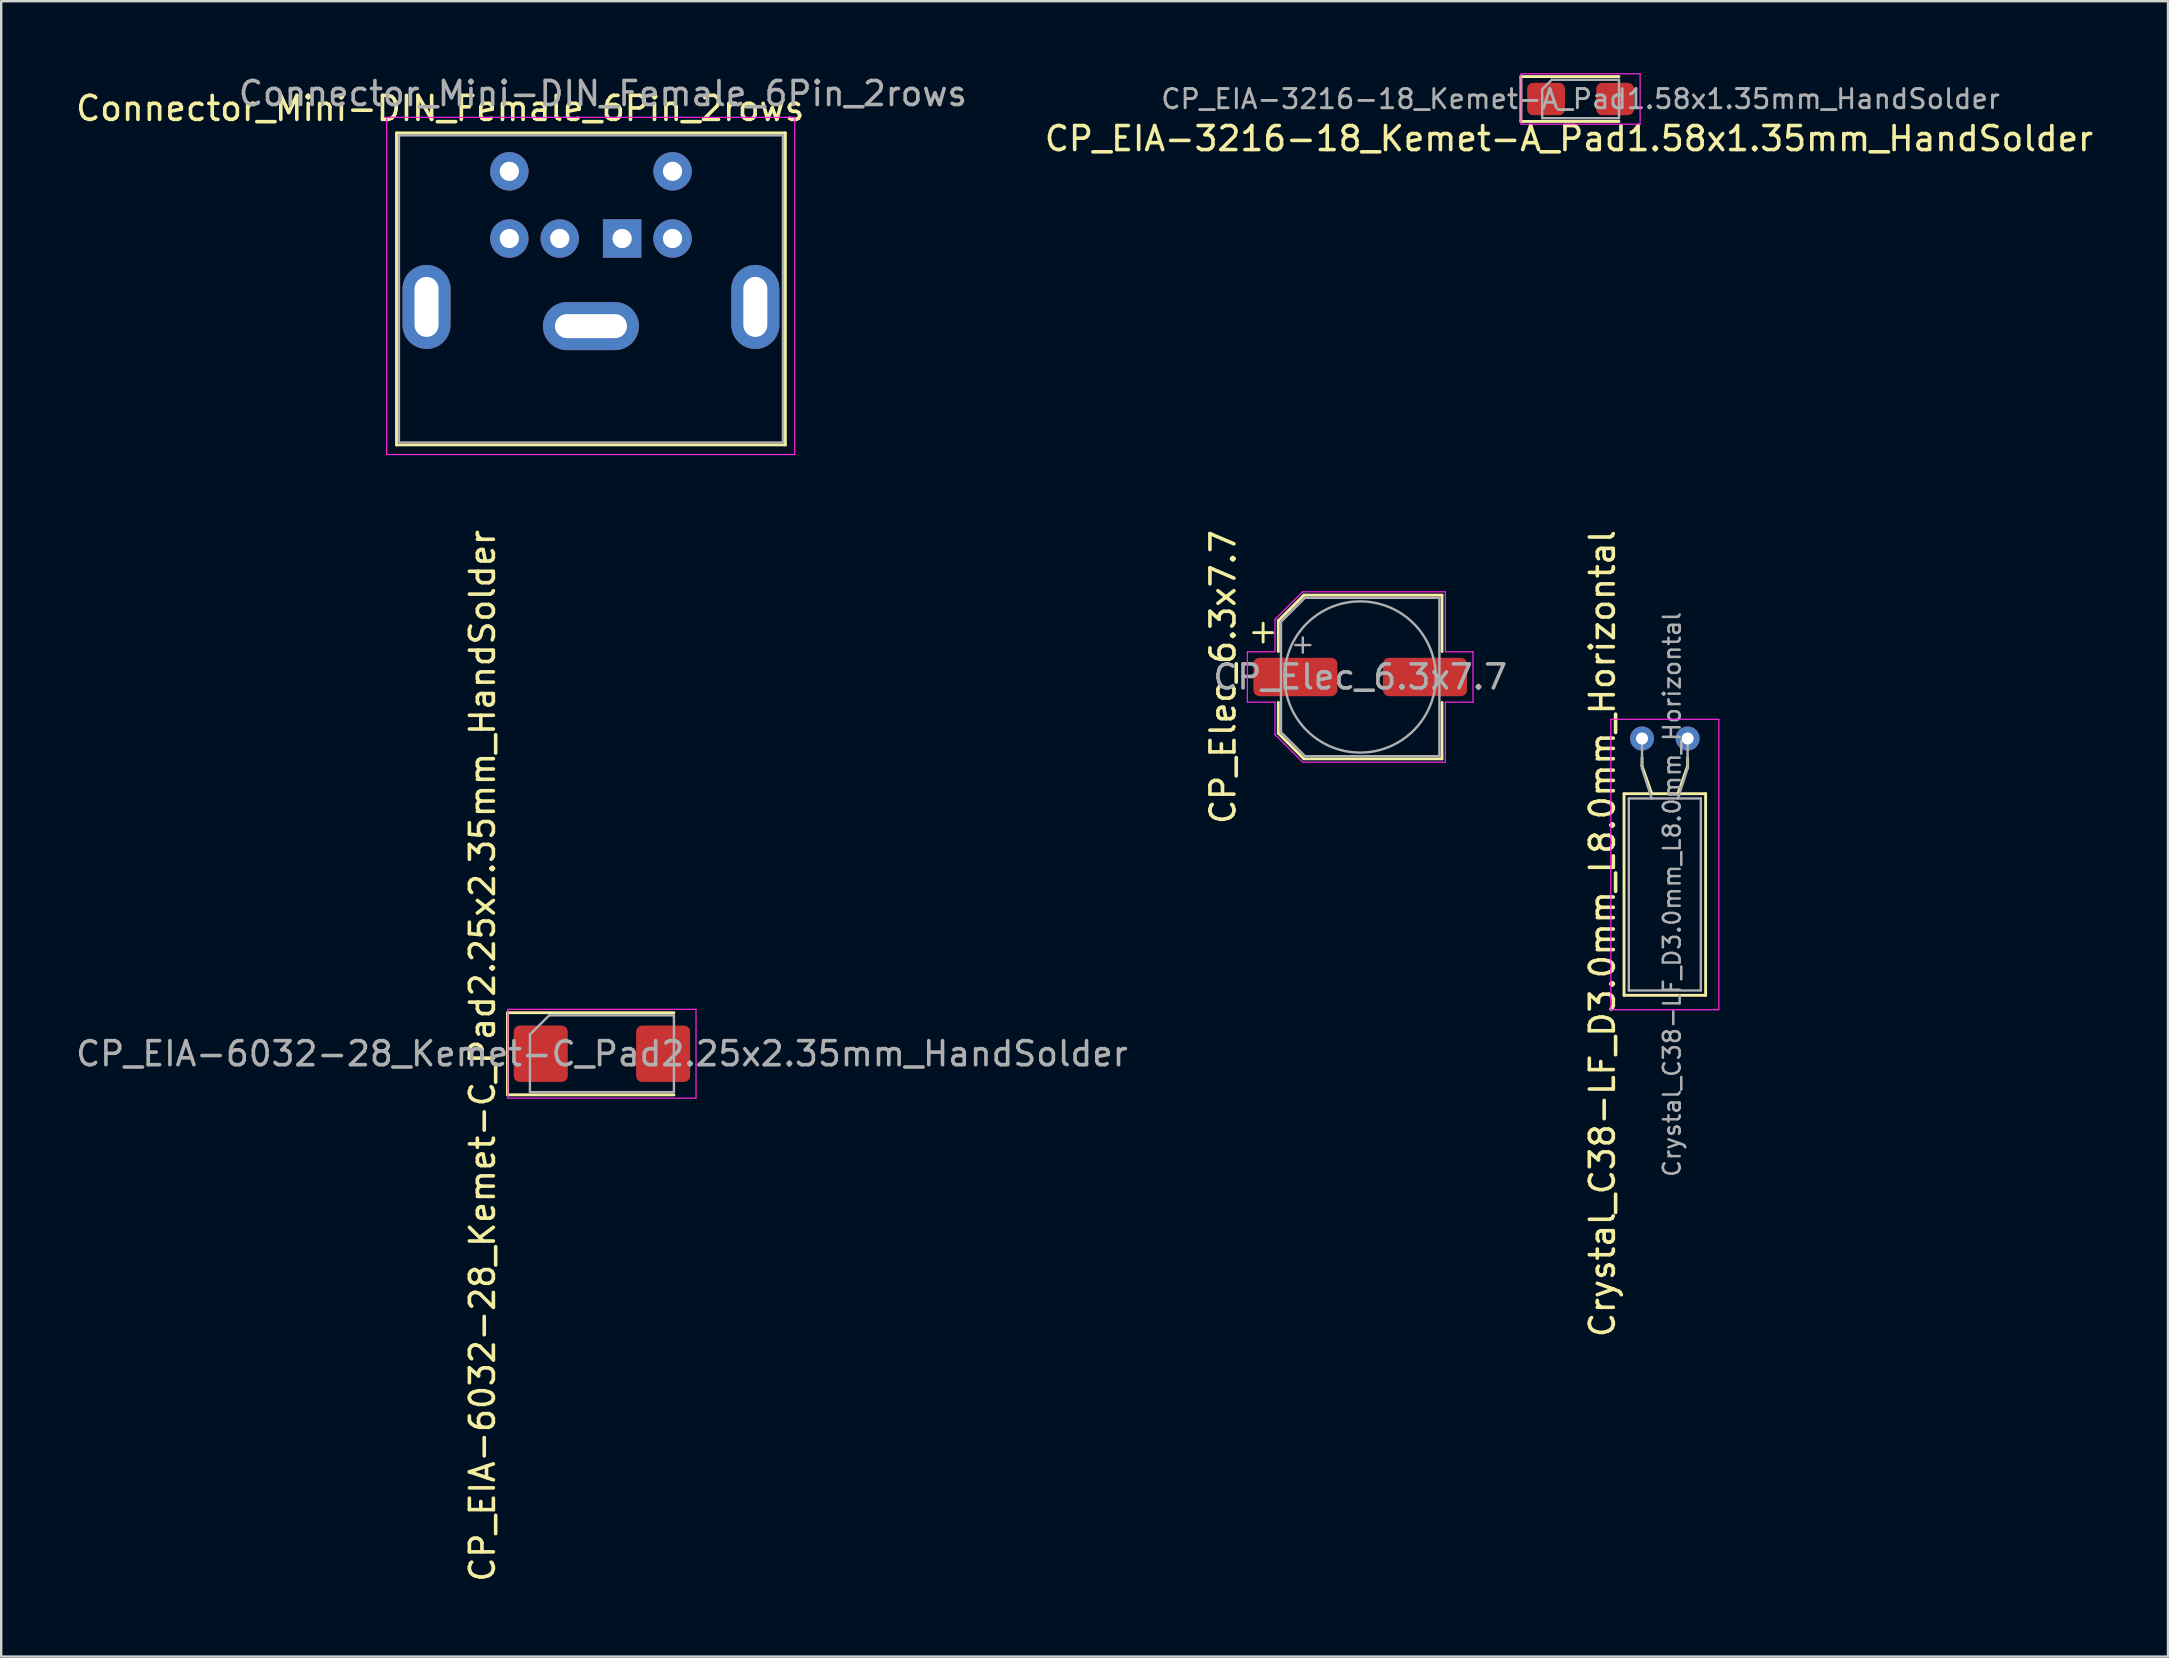
<source format=kicad_pcb>
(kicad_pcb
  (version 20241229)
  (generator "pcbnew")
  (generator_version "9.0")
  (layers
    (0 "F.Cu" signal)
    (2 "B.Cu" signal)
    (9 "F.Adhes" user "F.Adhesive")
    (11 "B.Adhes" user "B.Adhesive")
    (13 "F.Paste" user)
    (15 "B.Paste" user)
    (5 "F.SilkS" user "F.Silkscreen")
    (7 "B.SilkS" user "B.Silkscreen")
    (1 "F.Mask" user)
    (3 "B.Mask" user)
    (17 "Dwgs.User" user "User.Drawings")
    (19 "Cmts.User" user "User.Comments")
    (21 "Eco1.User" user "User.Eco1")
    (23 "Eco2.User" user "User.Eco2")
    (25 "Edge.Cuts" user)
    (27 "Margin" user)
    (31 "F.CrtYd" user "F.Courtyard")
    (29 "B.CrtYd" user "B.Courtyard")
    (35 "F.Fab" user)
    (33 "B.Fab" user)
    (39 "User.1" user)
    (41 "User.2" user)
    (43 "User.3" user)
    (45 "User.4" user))
  (footprint "Connector_Mini-DIN_Female_6Pin_2rows"
    (layer "F.Cu")
    (at 22.872 6.888)
    (property "Reference" "Connector_Mini-DIN_Female_6Pin_2rows" (at -7.58 -5.42 0) (layer "F.SilkS") (effects (font (size 1 1) (thickness 0.15))))
    (attr through_hole)
    (fp_line (start -9.4 -4.4) (end -9.4 8.6) (stroke (width 0.12) (type solid)) (layer "F.SilkS"))
    (fp_line (start -9.4 -4.4) (end 6.8 -4.4) (stroke (width 0.12) (type solid)) (layer "F.SilkS"))
    (fp_line (start -9.4 8.6) (end 6.8 8.6) (stroke (width 0.12) (type solid)) (layer "F.SilkS"))
    (fp_line (start 6.8 -4.4) (end 6.8 8.6) (stroke (width 0.12) (type solid)) (layer "F.SilkS"))
    (fp_line (start -9.81 -5.05) (end -9.81 9) (stroke (width 0.05) (type solid)) (layer "F.CrtYd"))
    (fp_line (start -9.81 -5.05) (end 7.19 -5.05) (stroke (width 0.05) (type solid)) (layer "F.CrtYd"))
    (fp_line (start 7.19 9) (end -9.81 9) (stroke (width 0.05) (type solid)) (layer "F.CrtYd"))
    (fp_line (start 7.19 9) (end 7.19 -5.05) (stroke (width 0.05) (type solid)) (layer "F.CrtYd"))
    (fp_line (start -9.3 -4.3) (end 6.7 -4.3) (stroke (width 0.1) (type solid)) (layer "F.Fab"))
    (fp_line (start -9.3 8.5) (end -9.3 -4.3) (stroke (width 0.1) (type solid)) (layer "F.Fab"))
    (fp_line (start 6.7 -4.3) (end 6.7 8.5) (stroke (width 0.1) (type solid)) (layer "F.Fab"))
    (fp_line (start 6.7 8.5) (end -9.3 8.5) (stroke (width 0.1) (type solid)) (layer "F.Fab"))
    (fp_text user "${REFERENCE}" (at -0.8 -6.04 0) (layer "F.Fab") (effects (font (size 1 1) (thickness 0.15))))
    (pad "1" thru_hole rect (at 0 0) (size 1.6 1.6) (drill 0.8) (layers "*.Cu" "*.Mask"))
    (pad "2" thru_hole circle (at -2.6 0) (size 1.6 1.6) (drill 0.8) (layers "*.Cu" "*.Mask"))
    (pad "3" thru_hole circle (at 2.1 0) (size 1.6 1.6) (drill 0.8) (layers "*.Cu" "*.Mask"))
    (pad "4" thru_hole circle (at -4.7 0) (size 1.6 1.6) (drill 0.8) (layers "*.Cu" "*.Mask"))
    (pad "5" thru_hole circle (at 2.1 -2.8) (size 1.6 1.6) (drill 0.8) (layers "*.Cu" "*.Mask"))
    (pad "6" thru_hole circle (at -4.7 -2.8) (size 1.6 1.6) (drill 0.8) (layers "*.Cu" "*.Mask"))
    (pad "7" thru_hole oval (at -8.15 2.85) (size 2 3.5) (drill oval 1 2.5) (layers "*.Cu" "*.Mask"))
    (pad "7" thru_hole oval (at -1.3 3.65) (size 4 2) (drill oval 3 1) (layers "*.Cu" "*.Mask"))
    (pad "7" thru_hole oval (at 5.55 2.85) (size 2 3.5) (drill oval 1 2.5) (layers "*.Cu" "*.Mask")))
  (footprint "CP_Elec_6.3x7.7"
    (layer "F.Cu")
    (at 53.623 25.157)
    (property "Reference" "CP_Elec_6.3x7.7" (at -5.715 0 90) (layer "F.SilkS") (effects (font (size 1 1) (thickness 0.15))))
    (attr smd)
    (fp_line (start -4.438 -1.847) (end -3.65 -1.847) (stroke (width 0.12) (type solid)) (layer "F.SilkS"))
    (fp_line (start -4.044 -2.241) (end -4.044 -1.454) (stroke (width 0.12) (type solid)) (layer "F.SilkS"))
    (fp_line (start -3.41 -2.346) (end -3.41 -1.06) (stroke (width 0.12) (type solid)) (layer "F.SilkS"))
    (fp_line (start -3.41 -2.346) (end -2.346 -3.41) (stroke (width 0.12) (type solid)) (layer "F.SilkS"))
    (fp_line (start -3.41 2.346) (end -3.41 1.06) (stroke (width 0.12) (type solid)) (layer "F.SilkS"))
    (fp_line (start -3.41 2.346) (end -2.346 3.41) (stroke (width 0.12) (type solid)) (layer "F.SilkS"))
    (fp_line (start -2.346 -3.41) (end 3.41 -3.41) (stroke (width 0.12) (type solid)) (layer "F.SilkS"))
    (fp_line (start -2.346 3.41) (end 3.41 3.41) (stroke (width 0.12) (type solid)) (layer "F.SilkS"))
    (fp_line (start 3.41 -3.41) (end 3.41 -1.06) (stroke (width 0.12) (type solid)) (layer "F.SilkS"))
    (fp_line (start 3.41 3.41) (end 3.41 1.06) (stroke (width 0.12) (type solid)) (layer "F.SilkS"))
    (fp_line (start -4.7 -1.05) (end -4.7 1.05) (stroke (width 0.05) (type solid)) (layer "F.CrtYd"))
    (fp_line (start -4.7 1.05) (end -3.55 1.05) (stroke (width 0.05) (type solid)) (layer "F.CrtYd"))
    (fp_line (start -3.55 -2.4) (end -3.55 -1.05) (stroke (width 0.05) (type solid)) (layer "F.CrtYd"))
    (fp_line (start -3.55 -2.4) (end -2.4 -3.55) (stroke (width 0.05) (type solid)) (layer "F.CrtYd"))
    (fp_line (start -3.55 -1.05) (end -4.7 -1.05) (stroke (width 0.05) (type solid)) (layer "F.CrtYd"))
    (fp_line (start -3.55 1.05) (end -3.55 2.4) (stroke (width 0.05) (type solid)) (layer "F.CrtYd"))
    (fp_line (start -3.55 2.4) (end -2.4 3.55) (stroke (width 0.05) (type solid)) (layer "F.CrtYd"))
    (fp_line (start -2.4 -3.55) (end 3.55 -3.55) (stroke (width 0.05) (type solid)) (layer "F.CrtYd"))
    (fp_line (start -2.4 3.55) (end 3.55 3.55) (stroke (width 0.05) (type solid)) (layer "F.CrtYd"))
    (fp_line (start 3.55 -3.55) (end 3.55 -1.05) (stroke (width 0.05) (type solid)) (layer "F.CrtYd"))
    (fp_line (start 3.55 -1.05) (end 4.7 -1.05) (stroke (width 0.05) (type solid)) (layer "F.CrtYd"))
    (fp_line (start 3.55 1.05) (end 3.55 3.55) (stroke (width 0.05) (type solid)) (layer "F.CrtYd"))
    (fp_line (start 4.7 -1.05) (end 4.7 1.05) (stroke (width 0.05) (type solid)) (layer "F.CrtYd"))
    (fp_line (start 4.7 1.05) (end 3.55 1.05) (stroke (width 0.05) (type solid)) (layer "F.CrtYd"))
    (fp_line (start -3.3 -2.3) (end -3.3 2.3) (stroke (width 0.1) (type solid)) (layer "F.Fab"))
    (fp_line (start -3.3 -2.3) (end -2.3 -3.3) (stroke (width 0.1) (type solid)) (layer "F.Fab"))
    (fp_line (start -3.3 2.3) (end -2.3 3.3) (stroke (width 0.1) (type solid)) (layer "F.Fab"))
    (fp_line (start -2.705 -1.33) (end -2.075 -1.33) (stroke (width 0.1) (type solid)) (layer "F.Fab"))
    (fp_line (start -2.39 -1.645) (end -2.39 -1.015) (stroke (width 0.1) (type solid)) (layer "F.Fab"))
    (fp_line (start -2.3 -3.3) (end 3.3 -3.3) (stroke (width 0.1) (type solid)) (layer "F.Fab"))
    (fp_line (start -2.3 3.3) (end 3.3 3.3) (stroke (width 0.1) (type solid)) (layer "F.Fab"))
    (fp_line (start 3.3 -3.3) (end 3.3 3.3) (stroke (width 0.1) (type solid)) (layer "F.Fab"))
    (fp_circle (center 0 0) (end 3.15 0) (stroke (width 0.1) (type solid)) (fill no) (layer "F.Fab"))
    (fp_text user "${REFERENCE}" (at 0 0 0) (layer "F.Fab") (effects (font (size 1 1) (thickness 0.15))))
    (pad "1" smd roundrect (at -2.7 0) (size 3.5 1.6) (layers "F.Cu" "F.Mask" "F.Paste") (roundrect_rratio 0.156))
    (pad "2" smd roundrect (at 2.7 0) (size 3.5 1.6) (layers "F.Cu" "F.Mask" "F.Paste") (roundrect_rratio 0.156)))
  (footprint "CP_EIA-6032-28_Kemet-C_Pad2.25x2.35mm_HandSolder"
    (layer "F.Cu")
    (at 22.03 40.856)
    (property "Reference" "CP_EIA-6032-28_Kemet-C_Pad2.25x2.35mm_HandSolder" (at -4.978 0.087 90) (layer "F.SilkS") (effects (font (size 1 1) (thickness 0.15))))
    (attr smd)
    (fp_line (start -3.935 -1.71) (end -3.935 1.71) (stroke (width 0.12) (type solid)) (layer "F.SilkS"))
    (fp_line (start -3.935 1.71) (end 3 1.71) (stroke (width 0.12) (type solid)) (layer "F.SilkS"))
    (fp_line (start 3 -1.71) (end -3.935 -1.71) (stroke (width 0.12) (type solid)) (layer "F.SilkS"))
    (fp_line (start -3.92 -1.85) (end 3.92 -1.85) (stroke (width 0.05) (type solid)) (layer "F.CrtYd"))
    (fp_line (start -3.92 1.85) (end -3.92 -1.85) (stroke (width 0.05) (type solid)) (layer "F.CrtYd"))
    (fp_line (start 3.92 -1.85) (end 3.92 1.85) (stroke (width 0.05) (type solid)) (layer "F.CrtYd"))
    (fp_line (start 3.92 1.85) (end -3.92 1.85) (stroke (width 0.05) (type solid)) (layer "F.CrtYd"))
    (fp_line (start -3 -0.8) (end -3 1.6) (stroke (width 0.1) (type solid)) (layer "F.Fab"))
    (fp_line (start -3 1.6) (end 3 1.6) (stroke (width 0.1) (type solid)) (layer "F.Fab"))
    (fp_line (start -2.2 -1.6) (end -3 -0.8) (stroke (width 0.1) (type solid)) (layer "F.Fab"))
    (fp_line (start 3 -1.6) (end -2.2 -1.6) (stroke (width 0.1) (type solid)) (layer "F.Fab"))
    (fp_line (start 3 1.6) (end 3 -1.6) (stroke (width 0.1) (type solid)) (layer "F.Fab"))
    (fp_text user "${REFERENCE}" (at 0 0 0) (layer "F.Fab") (effects (font (size 1 1) (thickness 0.15))))
    (pad "1" smd roundrect (at -2.55 0) (size 2.25 2.35) (layers "F.Cu" "F.Mask" "F.Paste") (roundrect_rratio 0.111))
    (pad "2" smd roundrect (at 2.55 0) (size 2.25 2.35) (layers "F.Cu" "F.Mask" "F.Paste") (roundrect_rratio 0.111)))
  (footprint "Crystal_C38-LF_D3.0mm_L8.0mm_Horizontal"
    (layer "F.Cu")
    (at 65.366 27.72)
    (property "Reference" "Crystal_C38-LF_D3.0mm_L8.0mm_Horizontal" (at -1.651 8.128 270) (layer "F.SilkS") (effects (font (size 1 1) (thickness 0.15))))
    (attr through_hole)
    (fp_line (start -0.75 2.3) (end -0.75 10.7) (stroke (width 0.12) (type solid)) (layer "F.SilkS"))
    (fp_line (start -0.75 10.7) (end 2.65 10.7) (stroke (width 0.12) (type solid)) (layer "F.SilkS"))
    (fp_line (start 0 1.15) (end 0 0.8) (stroke (width 0.12) (type solid)) (layer "F.SilkS"))
    (fp_line (start 0.405 2.3) (end 0 1.15) (stroke (width 0.12) (type solid)) (layer "F.SilkS"))
    (fp_line (start 1.495 2.3) (end 1.9 1.15) (stroke (width 0.12) (type solid)) (layer "F.SilkS"))
    (fp_line (start 1.9 1.15) (end 1.9 0.8) (stroke (width 0.12) (type solid)) (layer "F.SilkS"))
    (fp_line (start 2.65 2.3) (end -0.75 2.3) (stroke (width 0.12) (type solid)) (layer "F.SilkS"))
    (fp_line (start 2.65 10.7) (end 2.65 2.3) (stroke (width 0.12) (type solid)) (layer "F.SilkS"))
    (fp_line (start -1.3 -0.8) (end -1.3 11.3) (stroke (width 0.05) (type solid)) (layer "F.CrtYd"))
    (fp_line (start -1.3 11.3) (end 3.2 11.3) (stroke (width 0.05) (type solid)) (layer "F.CrtYd"))
    (fp_line (start 3.2 -0.8) (end -1.3 -0.8) (stroke (width 0.05) (type solid)) (layer "F.CrtYd"))
    (fp_line (start 3.2 11.3) (end 3.2 -0.8) (stroke (width 0.05) (type solid)) (layer "F.CrtYd"))
    (fp_line (start -0.55 2.5) (end -0.55 10.5) (stroke (width 0.1) (type solid)) (layer "F.Fab"))
    (fp_line (start -0.55 10.5) (end 2.45 10.5) (stroke (width 0.1) (type solid)) (layer "F.Fab"))
    (fp_line (start 0 1.25) (end 0 0) (stroke (width 0.1) (type solid)) (layer "F.Fab"))
    (fp_line (start 0.405 2.5) (end 0 1.25) (stroke (width 0.1) (type solid)) (layer "F.Fab"))
    (fp_line (start 1.495 2.5) (end 1.9 1.25) (stroke (width 0.1) (type solid)) (layer "F.Fab"))
    (fp_line (start 1.9 1.25) (end 1.9 0) (stroke (width 0.1) (type solid)) (layer "F.Fab"))
    (fp_line (start 2.45 2.5) (end -0.55 2.5) (stroke (width 0.1) (type solid)) (layer "F.Fab"))
    (fp_line (start 2.45 10.5) (end 2.45 2.5) (stroke (width 0.1) (type solid)) (layer "F.Fab"))
    (fp_text user "${REFERENCE}" (at 1.25 6.5 270) (layer "F.Fab") (effects (font (size 0.7 0.7) (thickness 0.105))))
    (pad "1" thru_hole circle (at 0 0) (size 1 1) (drill 0.5) (layers "*.Cu" "*.Mask"))
    (pad "2" thru_hole circle (at 1.9 0) (size 1 1) (drill 0.5) (layers "*.Cu" "*.Mask")))
  (footprint "CP_EIA-3216-18_Kemet-A_Pad1.58x1.35mm_HandSolder"
    (layer "F.Cu")
    (at 62.806 1.075)
    (property "Reference" "CP_EIA-3216-18_Kemet-A_Pad1.58x1.35mm_HandSolder" (at -0.484 1.651 180) (layer "F.SilkS") (effects (font (size 1 1) (thickness 0.15))))
    (attr smd)
    (fp_line (start -2.485 -0.935) (end -2.485 0.935) (stroke (width 0.12) (type solid)) (layer "F.SilkS"))
    (fp_line (start -2.485 0.935) (end 1.6 0.935) (stroke (width 0.12) (type solid)) (layer "F.SilkS"))
    (fp_line (start 1.6 -0.935) (end -2.485 -0.935) (stroke (width 0.12) (type solid)) (layer "F.SilkS"))
    (fp_line (start -2.48 -1.05) (end 2.48 -1.05) (stroke (width 0.05) (type solid)) (layer "F.CrtYd"))
    (fp_line (start -2.48 1.05) (end -2.48 -1.05) (stroke (width 0.05) (type solid)) (layer "F.CrtYd"))
    (fp_line (start 2.48 -1.05) (end 2.48 1.05) (stroke (width 0.05) (type solid)) (layer "F.CrtYd"))
    (fp_line (start 2.48 1.05) (end -2.48 1.05) (stroke (width 0.05) (type solid)) (layer "F.CrtYd"))
    (fp_line (start -1.6 -0.4) (end -1.6 0.8) (stroke (width 0.1) (type solid)) (layer "F.Fab"))
    (fp_line (start -1.6 0.8) (end 1.6 0.8) (stroke (width 0.1) (type solid)) (layer "F.Fab"))
    (fp_line (start -1.2 -0.8) (end -1.6 -0.4) (stroke (width 0.1) (type solid)) (layer "F.Fab"))
    (fp_line (start 1.6 -0.8) (end -1.2 -0.8) (stroke (width 0.1) (type solid)) (layer "F.Fab"))
    (fp_line (start 1.6 0.8) (end 1.6 -0.8) (stroke (width 0.1) (type solid)) (layer "F.Fab"))
    (fp_text user "${REFERENCE}" (at 0 0 180) (layer "F.Fab") (effects (font (size 0.8 0.8) (thickness 0.12))))
    (pad "1" smd roundrect (at -1.438 0) (size 1.575 1.35) (layers "F.Cu" "F.Mask" "F.Paste") (roundrect_rratio 0.185))
    (pad "2" smd roundrect (at 1.438 0) (size 1.575 1.35) (layers "F.Cu" "F.Mask" "F.Paste") (roundrect_rratio 0.185)))
  (gr_rect
    (start -3 -3)
    (end 87.28 65.973)
    (stroke (width 0.1) (type default))
    (fill no)
    (layer "Edge.Cuts")))
</source>
